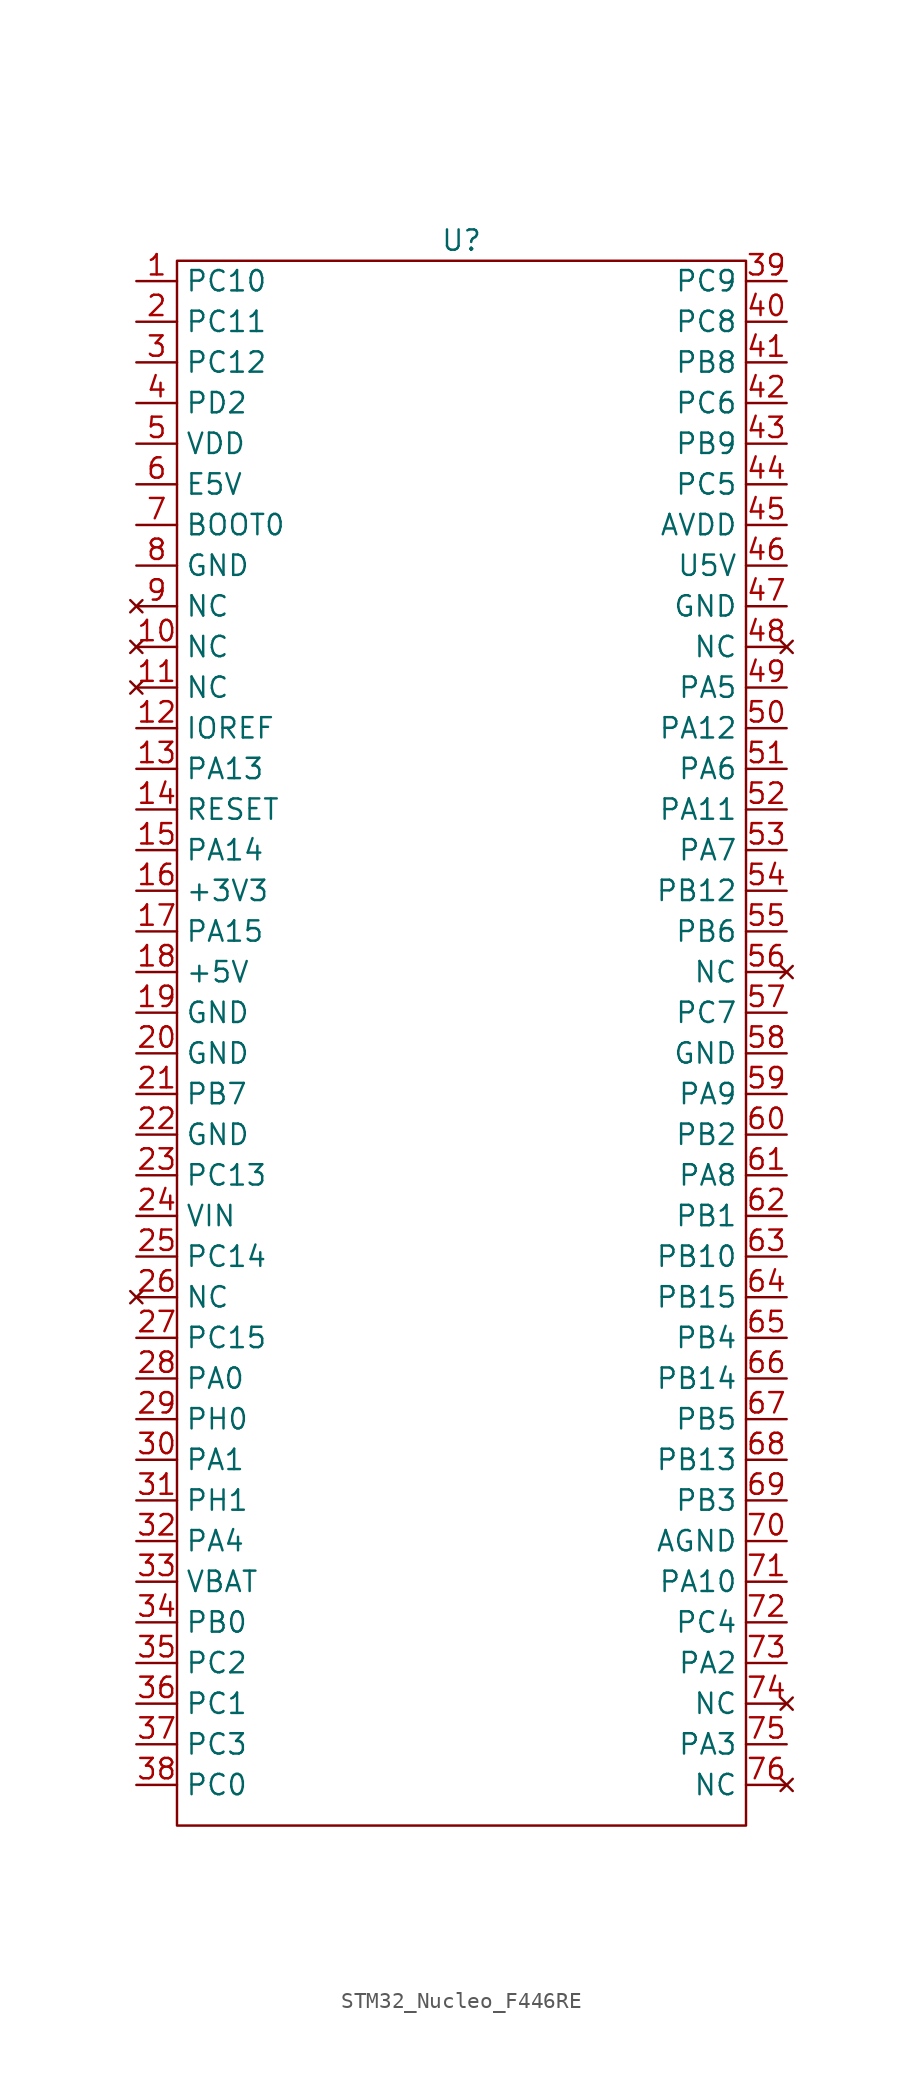
<source format=kicad_sym>
(kicad_symbol_lib
  (version 20241209)
  (generator "kicad_symbol_editor")
  (generator_version "9.0")
  (symbol "STM32_Nucleo_F446RE"
    (property "Reference" "U"
      (at 0 0 0)
      (effects (font (size 1.27 1.27))))
    (property "Value" ""
      (at 0 0 0)
      (effects (font (size 1.27 1.27))))
    (symbol "STM32_Nucleo_F446RE_0_1"
      (rectangle (start -17.78 -1.27) (end 17.78 -99.06) (stroke (width 0) (type default)) (fill (type none))))
    (symbol "STM32_Nucleo_F446RE_1_1"
      (pin bidirectional line (at -20.32 -2.54 0) (length 2.54) (name "PC10" (effects (font (size 1.27 1.27)))) (number "1" (effects (font (size 1.27 1.27)))))
      (pin bidirectional line (at -20.32 -5.08 0) (length 2.54) (name "PC11" (effects (font (size 1.27 1.27)))) (number "2" (effects (font (size 1.27 1.27)))))
      (pin bidirectional line (at -20.32 -7.62 0) (length 2.54) (name "PC12" (effects (font (size 1.27 1.27)))) (number "3" (effects (font (size 1.27 1.27)))))
      (pin bidirectional line (at -20.32 -10.16 0) (length 2.54) (name "PD2" (effects (font (size 1.27 1.27)))) (number "4" (effects (font (size 1.27 1.27)))))
      (pin power_in line (at -20.32 -12.7 0) (length 2.54) (name "VDD" (effects (font (size 1.27 1.27)))) (number "5" (effects (font (size 1.27 1.27)))))
      (pin power_in line (at -20.32 -15.24 0) (length 2.54) (name "E5V" (effects (font (size 1.27 1.27)))) (number "6" (effects (font (size 1.27 1.27)))))
      (pin input line (at -20.32 -17.78 0) (length 2.54) (name "BOOT0" (effects (font (size 1.27 1.27)))) (number "7" (effects (font (size 1.27 1.27)))))
      (pin power_in line (at -20.32 -20.32 0) (length 2.54) (name "GND" (effects (font (size 1.27 1.27)))) (number "8" (effects (font (size 1.27 1.27)))))
      (pin no_connect line (at -20.32 -22.86 0) (length 2.54) (name "NC" (effects (font (size 1.27 1.27)))) (number "9" (effects (font (size 1.27 1.27)))))
      (pin no_connect line (at -20.32 -25.4 0) (length 2.54) (name "NC" (effects (font (size 1.27 1.27)))) (number "10" (effects (font (size 1.27 1.27)))))
      (pin no_connect line (at -20.32 -27.94 0) (length 2.54) (name "NC" (effects (font (size 1.27 1.27)))) (number "11" (effects (font (size 1.27 1.27)))))
      (pin input line (at -20.32 -30.48 0) (length 2.54) (name "IOREF" (effects (font (size 1.27 1.27)))) (number "12" (effects (font (size 1.27 1.27)))))
      (pin bidirectional line (at -20.32 -33.02 0) (length 2.54) (name "PA13" (effects (font (size 1.27 1.27)))) (number "13" (effects (font (size 1.27 1.27)))))
      (pin input line (at -20.32 -35.56 0) (length 2.54) (name "RESET" (effects (font (size 1.27 1.27)))) (number "14" (effects (font (size 1.27 1.27)))))
      (pin bidirectional line (at -20.32 -38.1 0) (length 2.54) (name "PA14" (effects (font (size 1.27 1.27)))) (number "15" (effects (font (size 1.27 1.27)))))
      (pin power_in line (at -20.32 -40.64 0) (length 2.54) (name "+3V3" (effects (font (size 1.27 1.27)))) (number "16" (effects (font (size 1.27 1.27)))))
      (pin bidirectional line (at -20.32 -43.18 0) (length 2.54) (name "PA15" (effects (font (size 1.27 1.27)))) (number "17" (effects (font (size 1.27 1.27)))))
      (pin power_in line (at -20.32 -45.72 0) (length 2.54) (name "+5V" (effects (font (size 1.27 1.27)))) (number "18" (effects (font (size 1.27 1.27)))))
      (pin power_in line (at -20.32 -48.26 0) (length 2.54) (name "GND" (effects (font (size 1.27 1.27)))) (number "19" (effects (font (size 1.27 1.27)))))
      (pin power_in line (at -20.32 -50.8 0) (length 2.54) (name "GND" (effects (font (size 1.27 1.27)))) (number "20" (effects (font (size 1.27 1.27)))))
      (pin bidirectional line (at -20.32 -53.34 0) (length 2.54) (name "PB7" (effects (font (size 1.27 1.27)))) (number "21" (effects (font (size 1.27 1.27)))))
      (pin power_in line (at -20.32 -55.88 0) (length 2.54) (name "GND" (effects (font (size 1.27 1.27)))) (number "22" (effects (font (size 1.27 1.27)))))
      (pin bidirectional line (at -20.32 -58.42 0) (length 2.54) (name "PC13" (effects (font (size 1.27 1.27)))) (number "23" (effects (font (size 1.27 1.27)))))
      (pin power_in line (at -20.32 -60.96 0) (length 2.54) (name "VIN" (effects (font (size 1.27 1.27)))) (number "24" (effects (font (size 1.27 1.27)))))
      (pin bidirectional line (at -20.32 -63.5 0) (length 2.54) (name "PC14" (effects (font (size 1.27 1.27)))) (number "25" (effects (font (size 1.27 1.27)))))
      (pin no_connect line (at -20.32 -66.04 0) (length 2.54) (name "NC" (effects (font (size 1.27 1.27)))) (number "26" (effects (font (size 1.27 1.27)))))
      (pin bidirectional line (at -20.32 -68.58 0) (length 2.54) (name "PC15" (effects (font (size 1.27 1.27)))) (number "27" (effects (font (size 1.27 1.27)))))
      (pin bidirectional line (at -20.32 -71.12 0) (length 2.54) (name "PA0" (effects (font (size 1.27 1.27)))) (number "28" (effects (font (size 1.27 1.27)))))
      (pin bidirectional line (at -20.32 -73.66 0) (length 2.54) (name "PH0" (effects (font (size 1.27 1.27)))) (number "29" (effects (font (size 1.27 1.27)))))
      (pin bidirectional line (at -20.32 -76.2 0) (length 2.54) (name "PA1" (effects (font (size 1.27 1.27)))) (number "30" (effects (font (size 1.27 1.27)))))
      (pin bidirectional line (at -20.32 -78.74 0) (length 2.54) (name "PH1" (effects (font (size 1.27 1.27)))) (number "31" (effects (font (size 1.27 1.27)))))
      (pin bidirectional line (at -20.32 -81.28 0) (length 2.54) (name "PA4" (effects (font (size 1.27 1.27)))) (number "32" (effects (font (size 1.27 1.27)))))
      (pin power_in line (at -20.32 -83.82 0) (length 2.54) (name "VBAT" (effects (font (size 1.27 1.27)))) (number "33" (effects (font (size 1.27 1.27)))))
      (pin bidirectional line (at -20.32 -86.36 0) (length 2.54) (name "PB0" (effects (font (size 1.27 1.27)))) (number "34" (effects (font (size 1.27 1.27)))))
      (pin bidirectional line (at -20.32 -88.9 0) (length 2.54) (name "PC2" (effects (font (size 1.27 1.27)))) (number "35" (effects (font (size 1.27 1.27)))))
      (pin bidirectional line (at -20.32 -91.44 0) (length 2.54) (name "PC1" (effects (font (size 1.27 1.27)))) (number "36" (effects (font (size 1.27 1.27)))))
      (pin bidirectional line (at -20.32 -93.98 0) (length 2.54) (name "PC3" (effects (font (size 1.27 1.27)))) (number "37" (effects (font (size 1.27 1.27)))))
      (pin bidirectional line (at -20.32 -96.52 0) (length 2.54) (name "PC0" (effects (font (size 1.27 1.27)))) (number "38" (effects (font (size 1.27 1.27)))))
      (pin bidirectional line (at 20.32 -2.54 180) (length 2.54) (name "PC9" (effects (font (size 1.27 1.27)))) (number "39" (effects (font (size 1.27 1.27)))))
      (pin bidirectional line (at 20.32 -5.08 180) (length 2.54) (name "PC8" (effects (font (size 1.27 1.27)))) (number "40" (effects (font (size 1.27 1.27)))))
      (pin bidirectional line (at 20.32 -7.62 180) (length 2.54) (name "PB8" (effects (font (size 1.27 1.27)))) (number "41" (effects (font (size 1.27 1.27)))))
      (pin bidirectional line (at 20.32 -10.16 180) (length 2.54) (name "PC6" (effects (font (size 1.27 1.27)))) (number "42" (effects (font (size 1.27 1.27)))))
      (pin bidirectional line (at 20.32 -12.7 180) (length 2.54) (name "PB9" (effects (font (size 1.27 1.27)))) (number "43" (effects (font (size 1.27 1.27)))))
      (pin bidirectional line (at 20.32 -15.24 180) (length 2.54) (name "PC5" (effects (font (size 1.27 1.27)))) (number "44" (effects (font (size 1.27 1.27)))))
      (pin power_in line (at 20.32 -17.78 180) (length 2.54) (name "AVDD" (effects (font (size 1.27 1.27)))) (number "45" (effects (font (size 1.27 1.27)))))
      (pin power_in line (at 20.32 -20.32 180) (length 2.54) (name "U5V" (effects (font (size 1.27 1.27)))) (number "46" (effects (font (size 1.27 1.27)))))
      (pin power_in line (at 20.32 -22.86 180) (length 2.54) (name "GND" (effects (font (size 1.27 1.27)))) (number "47" (effects (font (size 1.27 1.27)))))
      (pin no_connect line (at 20.32 -25.4 180) (length 2.54) (name "NC" (effects (font (size 1.27 1.27)))) (number "48" (effects (font (size 1.27 1.27)))))
      (pin bidirectional line (at 20.32 -27.94 180) (length 2.54) (name "PA5" (effects (font (size 1.27 1.27)))) (number "49" (effects (font (size 1.27 1.27)))))
      (pin bidirectional line (at 20.32 -30.48 180) (length 2.54) (name "PA12" (effects (font (size 1.27 1.27)))) (number "50" (effects (font (size 1.27 1.27)))))
      (pin bidirectional line (at 20.32 -33.02 180) (length 2.54) (name "PA6" (effects (font (size 1.27 1.27)))) (number "51" (effects (font (size 1.27 1.27)))))
      (pin bidirectional line (at 20.32 -35.56 180) (length 2.54) (name "PA11" (effects (font (size 1.27 1.27)))) (number "52" (effects (font (size 1.27 1.27)))))
      (pin bidirectional line (at 20.32 -38.1 180) (length 2.54) (name "PA7" (effects (font (size 1.27 1.27)))) (number "53" (effects (font (size 1.27 1.27)))))
      (pin bidirectional line (at 20.32 -40.64 180) (length 2.54) (name "PB12" (effects (font (size 1.27 1.27)))) (number "54" (effects (font (size 1.27 1.27)))))
      (pin bidirectional line (at 20.32 -43.18 180) (length 2.54) (name "PB6" (effects (font (size 1.27 1.27)))) (number "55" (effects (font (size 1.27 1.27)))))
      (pin no_connect line (at 20.32 -45.72 180) (length 2.54) (name "NC" (effects (font (size 1.27 1.27)))) (number "56" (effects (font (size 1.27 1.27)))))
      (pin bidirectional line (at 20.32 -48.26 180) (length 2.54) (name "PC7" (effects (font (size 1.27 1.27)))) (number "57" (effects (font (size 1.27 1.27)))))
      (pin power_in line (at 20.32 -50.8 180) (length 2.54) (name "GND" (effects (font (size 1.27 1.27)))) (number "58" (effects (font (size 1.27 1.27)))))
      (pin bidirectional line (at 20.32 -53.34 180) (length 2.54) (name "PA9" (effects (font (size 1.27 1.27)))) (number "59" (effects (font (size 1.27 1.27)))))
      (pin bidirectional line (at 20.32 -55.88 180) (length 2.54) (name "PB2" (effects (font (size 1.27 1.27)))) (number "60" (effects (font (size 1.27 1.27)))))
      (pin bidirectional line (at 20.32 -58.42 180) (length 2.54) (name "PA8" (effects (font (size 1.27 1.27)))) (number "61" (effects (font (size 1.27 1.27)))))
      (pin bidirectional line (at 20.32 -60.96 180) (length 2.54) (name "PB1" (effects (font (size 1.27 1.27)))) (number "62" (effects (font (size 1.27 1.27)))))
      (pin bidirectional line (at 20.32 -63.5 180) (length 2.54) (name "PB10" (effects (font (size 1.27 1.27)))) (number "63" (effects (font (size 1.27 1.27)))))
      (pin bidirectional line (at 20.32 -66.04 180) (length 2.54) (name "PB15" (effects (font (size 1.27 1.27)))) (number "64" (effects (font (size 1.27 1.27)))))
      (pin bidirectional line (at 20.32 -68.58 180) (length 2.54) (name "PB4" (effects (font (size 1.27 1.27)))) (number "65" (effects (font (size 1.27 1.27)))))
      (pin bidirectional line (at 20.32 -71.12 180) (length 2.54) (name "PB14" (effects (font (size 1.27 1.27)))) (number "66" (effects (font (size 1.27 1.27)))))
      (pin bidirectional line (at 20.32 -73.66 180) (length 2.54) (name "PB5" (effects (font (size 1.27 1.27)))) (number "67" (effects (font (size 1.27 1.27)))))
      (pin bidirectional line (at 20.32 -76.2 180) (length 2.54) (name "PB13" (effects (font (size 1.27 1.27)))) (number "68" (effects (font (size 1.27 1.27)))))
      (pin bidirectional line (at 20.32 -78.74 180) (length 2.54) (name "PB3" (effects (font (size 1.27 1.27)))) (number "69" (effects (font (size 1.27 1.27)))))
      (pin power_in line (at 20.32 -81.28 180) (length 2.54) (name "AGND" (effects (font (size 1.27 1.27)))) (number "70" (effects (font (size 1.27 1.27)))))
      (pin bidirectional line (at 20.32 -83.82 180) (length 2.54) (name "PA10" (effects (font (size 1.27 1.27)))) (number "71" (effects (font (size 1.27 1.27)))))
      (pin bidirectional line (at 20.32 -86.36 180) (length 2.54) (name "PC4" (effects (font (size 1.27 1.27)))) (number "72" (effects (font (size 1.27 1.27)))))
      (pin bidirectional line (at 20.32 -88.9 180) (length 2.54) (name "PA2" (effects (font (size 1.27 1.27)))) (number "73" (effects (font (size 1.27 1.27)))))
      (pin no_connect line (at 20.32 -91.44 180) (length 2.54) (name "NC" (effects (font (size 1.27 1.27)))) (number "74" (effects (font (size 1.27 1.27)))))
      (pin bidirectional line (at 20.32 -93.98 180) (length 2.54) (name "PA3" (effects (font (size 1.27 1.27)))) (number "75" (effects (font (size 1.27 1.27)))))
      (pin no_connect line (at 20.32 -96.52 180) (length 2.54) (name "NC" (effects (font (size 1.27 1.27)))) (number "76" (effects (font (size 1.27 1.27))))))))
</source>
